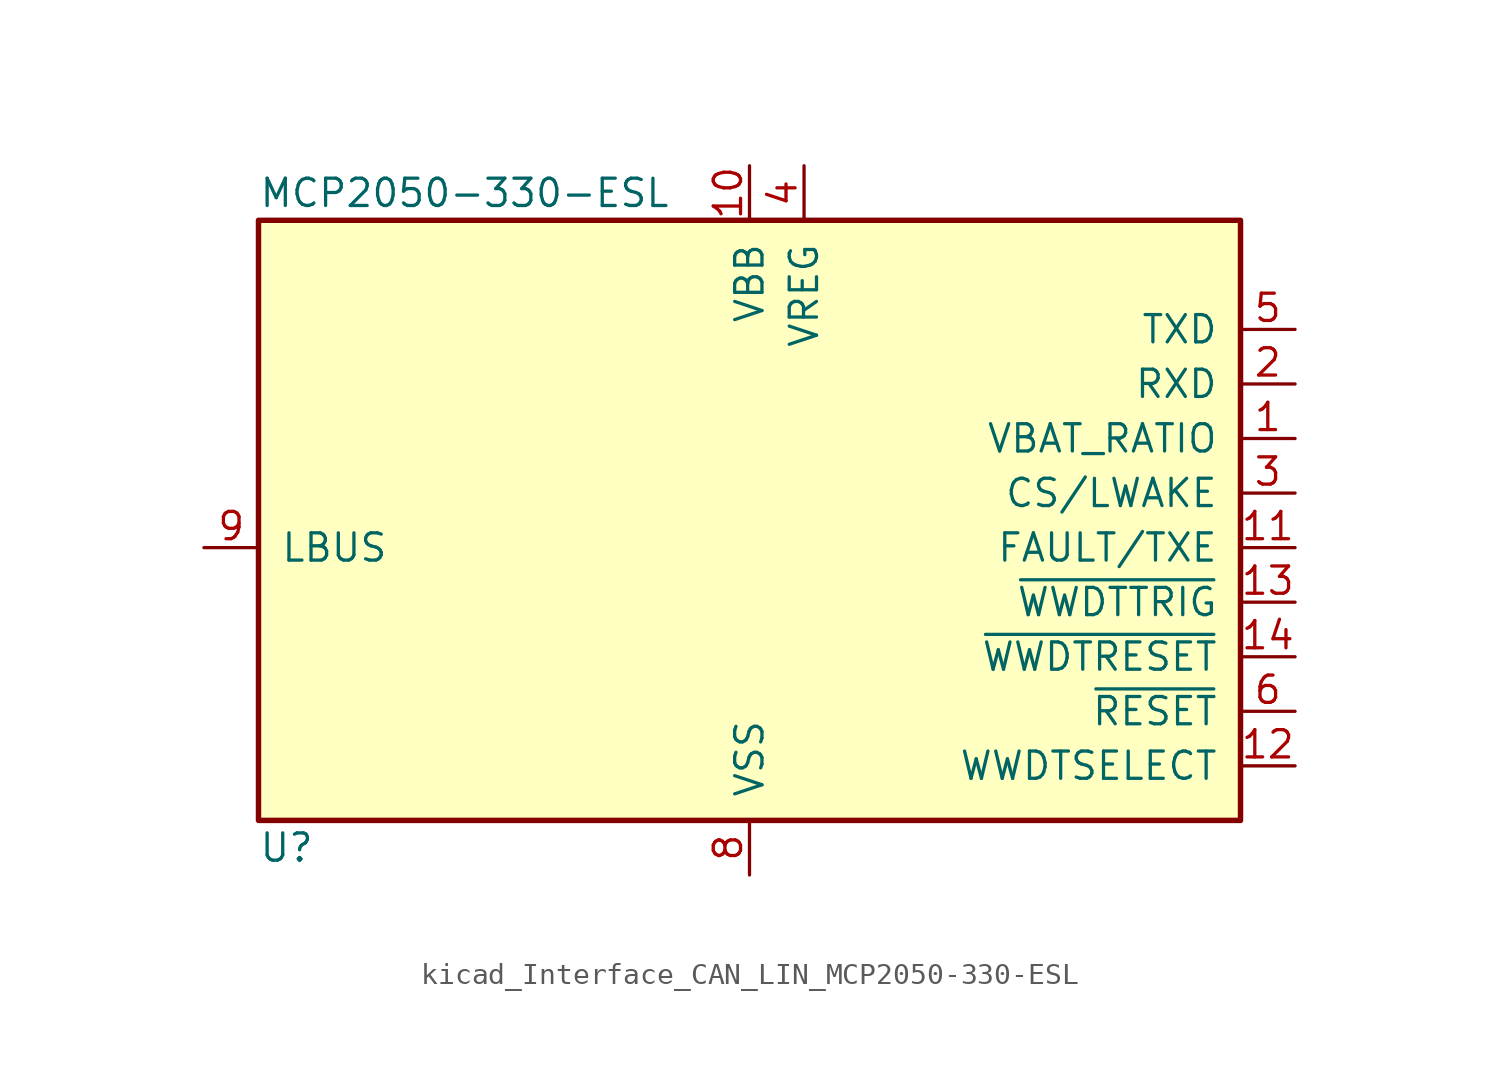
<source format=kicad_sym>
(kicad_symbol_lib
  (version 20220914)
  (generator kicad_symbol_editor)
  (symbol "kicad_Interface_CAN_LIN_MCP2050-330-ESL"
    (pin_names
      (offset 1.016))
    (property "Reference" "U"
      (at -22.86 -13.97 0)
      (effects (font (size 1.27 1.27)) (justify left)))
    (property "Value" "MCP2050-330-ESL"
      (at -22.86 16.51 0)
      (effects (font (size 1.27 1.27)) (justify left)))
    (symbol "kicad_Interface_CAN_LIN_MCP2050-330-ESL_0_1"
      (rectangle (start -22.86 15.24) (end 22.86 -12.7) (stroke (width 0.254) (type default)) (fill (type background))))
    (symbol "kicad_Interface_CAN_LIN_MCP2050-330-ESL_1_1"
      (pin output line (at 25.4 5.08 180) (length 2.54) (name "VBAT_RATIO" (effects (font (size 1.27 1.27)))) (number "1" (effects (font (size 1.27 1.27)))))
      (pin power_in line (at 0 17.78 270) (length 2.54) (name "VBB" (effects (font (size 1.27 1.27)))) (number "10" (effects (font (size 1.27 1.27)))))
      (pin open_collector line (at 25.4 0 180) (length 2.54) (name "FAULT/TXE" (effects (font (size 1.27 1.27)))) (number "11" (effects (font (size 1.27 1.27)))))
      (pin input line (at 25.4 -10.16 180) (length 2.54) (name "WWDTSELECT" (effects (font (size 1.27 1.27)))) (number "12" (effects (font (size 1.27 1.27)))))
      (pin input line (at 25.4 -2.54 180) (length 2.54) (name "~{WWDTTRIG}" (effects (font (size 1.27 1.27)))) (number "13" (effects (font (size 1.27 1.27)))))
      (pin output line (at 25.4 -5.08 180) (length 2.54) (name "~{WWDTRESET}" (effects (font (size 1.27 1.27)))) (number "14" (effects (font (size 1.27 1.27)))))
      (pin output line (at 25.4 7.62 180) (length 2.54) (name "RXD" (effects (font (size 1.27 1.27)))) (number "2" (effects (font (size 1.27 1.27)))))
      (pin input line (at 25.4 2.54 180) (length 2.54) (name "CS/LWAKE" (effects (font (size 1.27 1.27)))) (number "3" (effects (font (size 1.27 1.27)))))
      (pin power_out line (at 2.54 17.78 270) (length 2.54) (name "VREG" (effects (font (size 1.27 1.27)))) (number "4" (effects (font (size 1.27 1.27)))))
      (pin input line (at 25.4 10.16 180) (length 2.54) (name "TXD" (effects (font (size 1.27 1.27)))) (number "5" (effects (font (size 1.27 1.27)))))
      (pin output line (at 25.4 -7.62 180) (length 2.54) (name "~{RESET}" (effects (font (size 1.27 1.27)))) (number "6" (effects (font (size 1.27 1.27)))))
      (pin no_connect line (at -22.86 -7.62 0) (length 2.54) hide (name "NC" (effects (font (size 1.27 1.27)))) (number "7" (effects (font (size 1.27 1.27)))))
      (pin power_in line (at 0 -15.24 90) (length 2.54) (name "VSS" (effects (font (size 1.27 1.27)))) (number "8" (effects (font (size 1.27 1.27)))))
      (pin open_collector line (at -25.4 0 0) (length 2.54) (name "LBUS" (effects (font (size 1.27 1.27)))) (number "9" (effects (font (size 1.27 1.27))))))))
</source>
